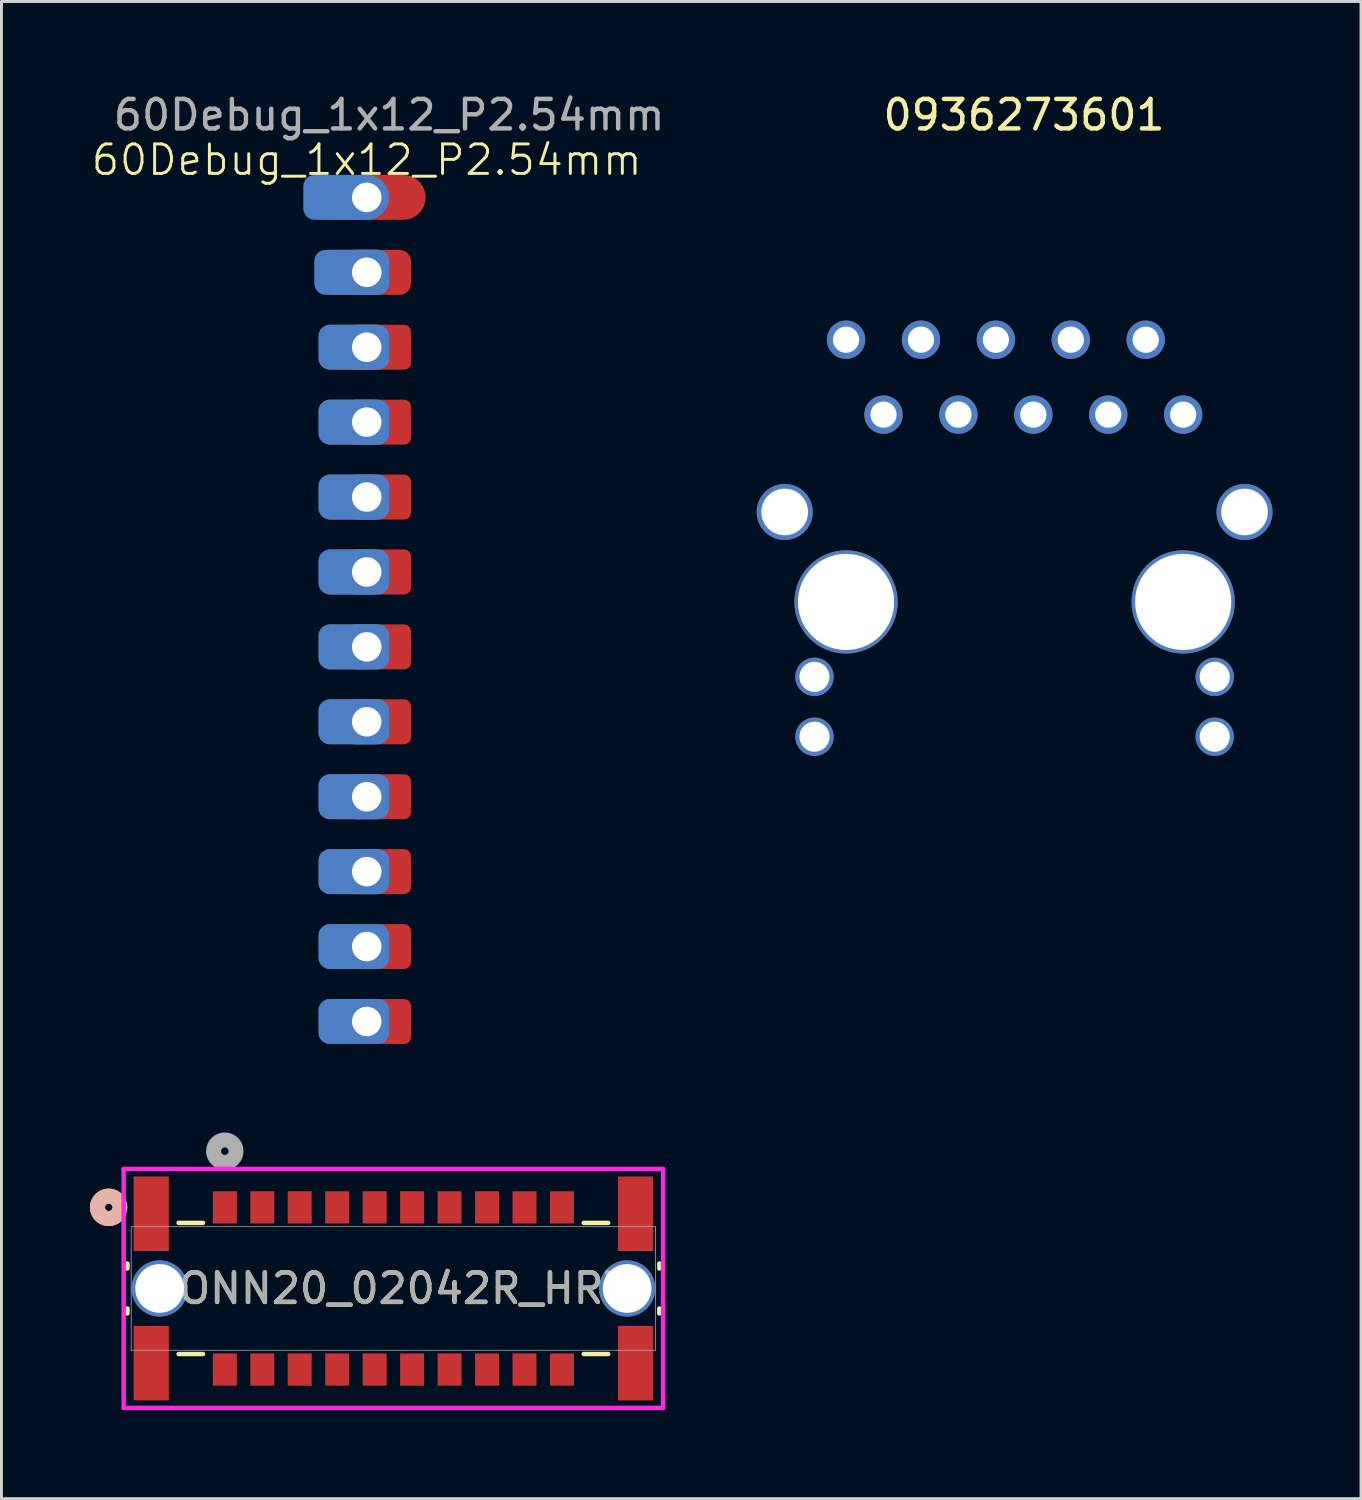
<source format=kicad_pcb>
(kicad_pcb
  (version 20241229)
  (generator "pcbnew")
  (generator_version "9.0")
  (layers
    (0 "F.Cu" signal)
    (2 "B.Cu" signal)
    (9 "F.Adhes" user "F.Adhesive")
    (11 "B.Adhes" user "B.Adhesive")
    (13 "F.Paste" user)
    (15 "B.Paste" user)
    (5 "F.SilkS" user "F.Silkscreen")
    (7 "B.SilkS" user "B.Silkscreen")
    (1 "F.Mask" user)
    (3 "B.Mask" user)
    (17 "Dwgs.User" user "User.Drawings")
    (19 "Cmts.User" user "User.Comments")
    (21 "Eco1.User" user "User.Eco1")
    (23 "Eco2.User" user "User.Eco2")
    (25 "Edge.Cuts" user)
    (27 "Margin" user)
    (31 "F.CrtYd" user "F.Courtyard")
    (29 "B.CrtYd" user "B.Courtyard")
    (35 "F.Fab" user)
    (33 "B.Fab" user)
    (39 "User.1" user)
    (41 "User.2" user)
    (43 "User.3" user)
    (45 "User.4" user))
  (footprint "0936273601"
    (layer "F.Cu")
    (at 31.349 8.468)
    (property "Reference" "0936273601" (at 0.32 -7.62 0) (layer "F.SilkS") (effects (font (size 1 1) (thickness 0.15))))
    (attr through_hole)
    (pad "" np_thru_hole circle (at -7.795 5.84) (size 1.9 1.9) (drill 1.58) (layers "*.Cu" "*.Mask"))
    (pad "" np_thru_hole circle (at -5.715 8.89) (size 3.5 3.5) (drill 3.26) (layers "*.Cu" "*.Mask"))
    (pad "" np_thru_hole circle (at 5.715 8.89) (size 3.5 3.5) (drill 3.26) (layers "*.Cu" "*.Mask"))
    (pad "" np_thru_hole circle (at 7.795 5.84) (size 1.9 1.9) (drill 1.58) (layers "*.Cu" "*.Mask"))
    (pad "1" thru_hole circle (at -5.715 0) (size 1.3 1.3) (drill 0.89) (layers "*.Cu" "*.Mask"))
    (pad "2" thru_hole circle (at -4.445 2.54) (size 1.3 1.3) (drill 0.89) (layers "*.Cu" "*.Mask"))
    (pad "3" thru_hole circle (at -3.175 0) (size 1.3 1.3) (drill 0.89) (layers "*.Cu" "*.Mask"))
    (pad "4" thru_hole circle (at -1.905 2.54) (size 1.3 1.3) (drill 0.89) (layers "*.Cu" "*.Mask"))
    (pad "5" thru_hole circle (at -0.635 0) (size 1.3 1.3) (drill 0.89) (layers "*.Cu" "*.Mask"))
    (pad "6" thru_hole circle (at 0.635 2.54) (size 1.3 1.3) (drill 0.89) (layers "*.Cu" "*.Mask"))
    (pad "7" thru_hole circle (at 1.905 0) (size 1.3 1.3) (drill 0.89) (layers "*.Cu" "*.Mask"))
    (pad "8" thru_hole circle (at 3.175 2.54) (size 1.3 1.3) (drill 0.89) (layers "*.Cu" "*.Mask"))
    (pad "9" thru_hole circle (at 4.445 0) (size 1.3 1.3) (drill 0.89) (layers "*.Cu" "*.Mask"))
    (pad "10" thru_hole circle (at 5.715 2.54) (size 1.3 1.3) (drill 0.89) (layers "*.Cu" "*.Mask"))
    (pad "11" thru_hole circle (at -6.785 13.46) (size 1.3 1.3) (drill 1.02) (layers "*.Cu" "*.Mask"))
    (pad "12" thru_hole circle (at -6.785 11.43) (size 1.3 1.3) (drill 1.02) (layers "*.Cu" "*.Mask"))
    (pad "13" thru_hole circle (at 6.785 13.46) (size 1.3 1.3) (drill 1.02) (layers "*.Cu" "*.Mask"))
    (pad "14" thru_hole circle (at 6.785 11.43) (size 1.3 1.3) (drill 1.02) (layers "*.Cu" "*.Mask")))
  (footprint "CONN20_02042R_HRW"
    (layer "F.Cu")
    (at 2.362 40.634)
    (property "Reference" "CONN20_02042R_HRW" (at 7.925 0 0) (unlocked yes) (layer "F.SilkS") (effects (font (size 1 1) (thickness 0.15))))
    (attr smd)
    (fp_line (start -1.092 -0.846) (end -1.092 -0.678) (stroke (width 0.152) (type solid)) (layer "F.SilkS"))
    (fp_line (start -1.092 0.678) (end -1.092 0.846) (stroke (width 0.152) (type solid)) (layer "F.SilkS"))
    (fp_line (start 0.645 2.223) (end 1.471 2.223) (stroke (width 0.152) (type solid)) (layer "F.SilkS"))
    (fp_line (start 1.471 -2.223) (end 0.645 -2.223) (stroke (width 0.152) (type solid)) (layer "F.SilkS"))
    (fp_line (start 14.379 2.223) (end 15.205 2.223) (stroke (width 0.152) (type solid)) (layer "F.SilkS"))
    (fp_line (start 15.205 -2.223) (end 14.379 -2.223) (stroke (width 0.152) (type solid)) (layer "F.SilkS"))
    (fp_line (start 16.942 -0.678) (end 16.942 -0.846) (stroke (width 0.152) (type solid)) (layer "F.SilkS"))
    (fp_line (start 16.942 0.846) (end 16.942 0.678) (stroke (width 0.152) (type solid)) (layer "F.SilkS"))
    (fp_arc (start -1.392443 -2.567705) (mid -2.108002 -2.75) (end -1.392443 -2.932295) (stroke (width 0.508) (type solid)) (layer "F.SilkS"))
    (fp_circle (center -1.727 -2.75) (end -1.346 -2.75) (stroke (width 0.508) (type solid)) (fill no) (layer "B.SilkS"))
    (fp_line (start -1.219 -4.05) (end -1.219 4.05) (stroke (width 0.152) (type solid)) (layer "F.CrtYd"))
    (fp_line (start -1.219 4.05) (end 17.069 4.05) (stroke (width 0.152) (type solid)) (layer "F.CrtYd"))
    (fp_line (start 17.069 -4.05) (end -1.219 -4.05) (stroke (width 0.152) (type solid)) (layer "F.CrtYd"))
    (fp_line (start 17.069 4.05) (end 17.069 -4.05) (stroke (width 0.152) (type solid)) (layer "F.CrtYd"))
    (fp_line (start -0.965 -2.095) (end -0.965 2.095) (stroke (width 0.025) (type solid)) (layer "F.Fab"))
    (fp_line (start -0.965 2.095) (end 16.815 2.095) (stroke (width 0.025) (type solid)) (layer "F.Fab"))
    (fp_line (start 16.815 -2.095) (end -0.965 -2.095) (stroke (width 0.025) (type solid)) (layer "F.Fab"))
    (fp_line (start 16.815 2.095) (end 16.815 -2.095) (stroke (width 0.025) (type solid)) (layer "F.Fab"))
    (fp_circle (center 2.21 -4.655) (end 2.591 -4.655) (stroke (width 0.508) (type solid)) (fill no) (layer "F.Fab"))
    (fp_text user "${REFERENCE}" (at 7.925 0 0) (unlocked yes) (layer "F.Fab") (effects (font (size 1 1) (thickness 0.15))))
    (pad "1" smd rect (at 2.21 -2.75) (size 0.813 1.092) (layers "F.Cu" "F.Mask" "F.Paste"))
    (pad "2" smd rect (at 2.21 2.75) (size 0.813 1.092) (layers "F.Cu" "F.Mask" "F.Paste"))
    (pad "3" smd rect (at 3.48 -2.75) (size 0.813 1.092) (layers "F.Cu" "F.Mask" "F.Paste"))
    (pad "4" smd rect (at 3.48 2.75) (size 0.813 1.092) (layers "F.Cu" "F.Mask" "F.Paste"))
    (pad "5" smd rect (at 4.75 -2.75) (size 0.813 1.092) (layers "F.Cu" "F.Mask" "F.Paste"))
    (pad "6" smd rect (at 4.75 2.75) (size 0.813 1.092) (layers "F.Cu" "F.Mask" "F.Paste"))
    (pad "7" smd rect (at 6.02 -2.75) (size 0.813 1.092) (layers "F.Cu" "F.Mask" "F.Paste"))
    (pad "8" smd rect (at 6.02 2.75) (size 0.813 1.092) (layers "F.Cu" "F.Mask" "F.Paste"))
    (pad "9" smd rect (at 7.29 -2.75) (size 0.813 1.092) (layers "F.Cu" "F.Mask" "F.Paste"))
    (pad "10" smd rect (at 7.29 2.75) (size 0.813 1.092) (layers "F.Cu" "F.Mask" "F.Paste"))
    (pad "11" smd rect (at 8.56 -2.75) (size 0.813 1.092) (layers "F.Cu" "F.Mask" "F.Paste"))
    (pad "12" smd rect (at 8.56 2.75) (size 0.813 1.092) (layers "F.Cu" "F.Mask" "F.Paste"))
    (pad "13" smd rect (at 9.83 -2.75) (size 0.813 1.092) (layers "F.Cu" "F.Mask" "F.Paste"))
    (pad "14" smd rect (at 9.83 2.75) (size 0.813 1.092) (layers "F.Cu" "F.Mask" "F.Paste"))
    (pad "15" smd rect (at 11.1 -2.75) (size 0.813 1.092) (layers "F.Cu" "F.Mask" "F.Paste"))
    (pad "16" smd rect (at 11.1 2.75) (size 0.813 1.092) (layers "F.Cu" "F.Mask" "F.Paste"))
    (pad "17" smd rect (at 12.37 -2.75) (size 0.813 1.092) (layers "F.Cu" "F.Mask" "F.Paste"))
    (pad "18" smd rect (at 12.37 2.75) (size 0.813 1.092) (layers "F.Cu" "F.Mask" "F.Paste"))
    (pad "19" smd rect (at 13.64 -2.75) (size 0.813 1.092) (layers "F.Cu" "F.Mask" "F.Paste"))
    (pad "20" smd rect (at 13.64 2.75) (size 0.813 1.092) (layers "F.Cu" "F.Mask" "F.Paste"))
    (pad "25" thru_hole circle (at 0 0) (size 1.905 1.905) (drill 1.651) (layers "*.Cu" "*.Mask"))
    (pad "26" thru_hole circle (at 15.85 0) (size 1.905 1.905) (drill 1.651) (layers "*.Cu" "*.Mask"))
    (pad "MP" smd rect (at -0.285 2.533) (size 1.194 2.526) (layers "F.Cu" "F.Mask" "F.Paste"))
    (pad "MP" smd rect (at -0.285 -2.533) (size 1.194 2.526) (layers "F.Cu" "F.Mask" "F.Paste"))
    (pad "MP" smd rect (at 16.135 -2.533) (size 1.194 2.526) (layers "F.Cu" "F.Mask" "F.Paste"))
    (pad "MP" smd rect (at 16.135 2.533) (size 1.194 2.526) (layers "F.Cu" "F.Mask" "F.Paste")))
  (footprint "60Debug_1x12_P2.54mm"
    (layer "F.Cu")
    (at 9.383 3.642)
    (property "Reference" "60Debug_1x12_P2.54mm" (at 0 -1.27 0) (unlocked yes) (layer "F.SilkS") (effects (font (size 1 1) (thickness 0.1))))
    (attr smd)
    (fp_text user "${REFERENCE}" (at 0.762 -2.794 0) (unlocked yes) (layer "F.Fab") (effects (font (size 1 1) (thickness 0.15))))
    (pad "1" connect roundrect (at -0.875 0) (size 2.55 1.524) (layers "B.Cu" "B.Mask") (roundrect_rratio 0.25))
    (pad "1" thru_hole roundrect (at 0 0) (size 1.524 1.524) (drill 1) (layers "*.Cu" "*.Mask") (roundrect_rratio 0.5))
    (pad "1" connect roundrect (at 0 0) (size 4 1.524) (layers "F.Cu" "F.Mask") (roundrect_rratio 0.5))
    (pad "2" connect roundrect (at -0.52 2.54) (size 2.516 1.524) (layers "B.Cu" "B.Mask") (roundrect_rratio 0.25))
    (pad "2" thru_hole roundrect (at 0 2.54) (size 1.524 1.524) (drill 1) (layers "*.Cu" "*.Mask") (roundrect_rratio 0.25))
    (pad "2" connect roundrect (at 0 2.54) (size 3 1.524) (layers "F.Cu" "F.Mask") (roundrect_rratio 0.25))
    (pad "3" connect roundrect (at -0.508 5.08) (size 2.262 1.524) (layers "B.Cu" "B.Mask") (roundrect_rratio 0.25))
    (pad "3" thru_hole roundrect (at 0 5.08) (size 1.524 1.524) (drill 1) (layers "*.Cu" "*.Mask") (roundrect_rratio 0.25))
    (pad "3" connect roundrect (at 0 5.08) (size 3 1.524) (layers "F.Cu" "F.Mask") (roundrect_rratio 0.15))
    (pad "4" connect roundrect (at -0.508 7.62) (size 2.262 1.524) (layers "B.Cu" "B.Mask") (roundrect_rratio 0.25))
    (pad "4" thru_hole roundrect (at 0 7.62) (size 1.524 1.524) (drill 1) (layers "*.Cu" "*.Mask") (roundrect_rratio 0.25))
    (pad "4" connect roundrect (at 0 7.62) (size 3 1.524) (layers "F.Cu" "F.Mask") (roundrect_rratio 0.15))
    (pad "5" connect roundrect (at -0.508 10.16) (size 2.262 1.524) (layers "B.Cu" "B.Mask") (roundrect_rratio 0.25))
    (pad "5" thru_hole roundrect (at 0 10.16) (size 1.524 1.524) (drill 1) (layers "*.Cu" "*.Mask") (roundrect_rratio 0.25))
    (pad "5" connect roundrect (at 0 10.16) (size 3 1.524) (layers "F.Cu" "F.Mask") (roundrect_rratio 0.15))
    (pad "6" connect roundrect (at -0.508 12.7) (size 2.262 1.524) (layers "B.Cu" "B.Mask") (roundrect_rratio 0.25))
    (pad "6" thru_hole roundrect (at 0 12.7) (size 1.524 1.524) (drill 1) (layers "*.Cu" "*.Mask") (roundrect_rratio 0.25))
    (pad "6" connect roundrect (at 0 12.7) (size 3 1.524) (layers "F.Cu" "F.Mask") (roundrect_rratio 0.15))
    (pad "7" connect roundrect (at -0.508 15.24) (size 2.262 1.524) (layers "B.Cu" "B.Mask") (roundrect_rratio 0.25))
    (pad "7" thru_hole roundrect (at 0 15.24) (size 1.524 1.524) (drill 1) (layers "*.Cu" "*.Mask") (roundrect_rratio 0.25))
    (pad "7" connect roundrect (at 0 15.24) (size 3 1.524) (layers "F.Cu" "F.Mask") (roundrect_rratio 0.15))
    (pad "8" connect roundrect (at -0.508 17.78) (size 2.262 1.524) (layers "B.Cu" "B.Mask") (roundrect_rratio 0.25))
    (pad "8" thru_hole roundrect (at 0 17.78) (size 1.524 1.524) (drill 1) (layers "*.Cu" "*.Mask") (roundrect_rratio 0.25))
    (pad "8" connect roundrect (at 0 17.78) (size 3 1.524) (layers "F.Cu" "F.Mask") (roundrect_rratio 0.15))
    (pad "9" connect roundrect (at -0.508 20.32) (size 2.262 1.524) (layers "B.Cu" "B.Mask") (roundrect_rratio 0.25))
    (pad "9" thru_hole roundrect (at 0 20.32) (size 1.524 1.524) (drill 1) (layers "*.Cu" "*.Mask") (roundrect_rratio 0.25))
    (pad "9" connect roundrect (at 0 20.32) (size 3 1.524) (layers "F.Cu" "F.Mask") (roundrect_rratio 0.15))
    (pad "10" connect roundrect (at -0.508 22.86) (size 2.262 1.524) (layers "B.Cu" "B.Mask") (roundrect_rratio 0.25))
    (pad "10" thru_hole roundrect (at 0 22.86) (size 1.524 1.524) (drill 1) (layers "*.Cu" "*.Mask") (roundrect_rratio 0.25))
    (pad "10" connect roundrect (at 0 22.86) (size 3 1.524) (layers "F.Cu" "F.Mask") (roundrect_rratio 0.15))
    (pad "11" connect roundrect (at -0.508 25.4) (size 2.262 1.524) (layers "B.Cu" "B.Mask") (roundrect_rratio 0.25))
    (pad "11" thru_hole roundrect (at 0 25.4) (size 1.524 1.524) (drill 1) (layers "*.Cu" "*.Mask") (roundrect_rratio 0.25))
    (pad "11" connect roundrect (at 0 25.4) (size 3 1.524) (layers "F.Cu" "F.Mask") (roundrect_rratio 0.15))
    (pad "12" connect roundrect (at -0.508 27.94) (size 2.262 1.524) (layers "B.Cu" "B.Mask") (roundrect_rratio 0.25))
    (pad "12" thru_hole roundrect (at 0 27.94) (size 1.524 1.524) (drill 1) (layers "*.Cu" "*.Mask") (roundrect_rratio 0.25))
    (pad "12" connect roundrect (at 0 27.94) (size 3 1.524) (layers "F.Cu" "F.Mask") (roundrect_rratio 0.15)))
  (gr_rect
    (start -3 -3)
    (end 43.094 47.761)
    (stroke (width 0.1) (type default))
    (fill no)
    (layer "Edge.Cuts")))
</source>
